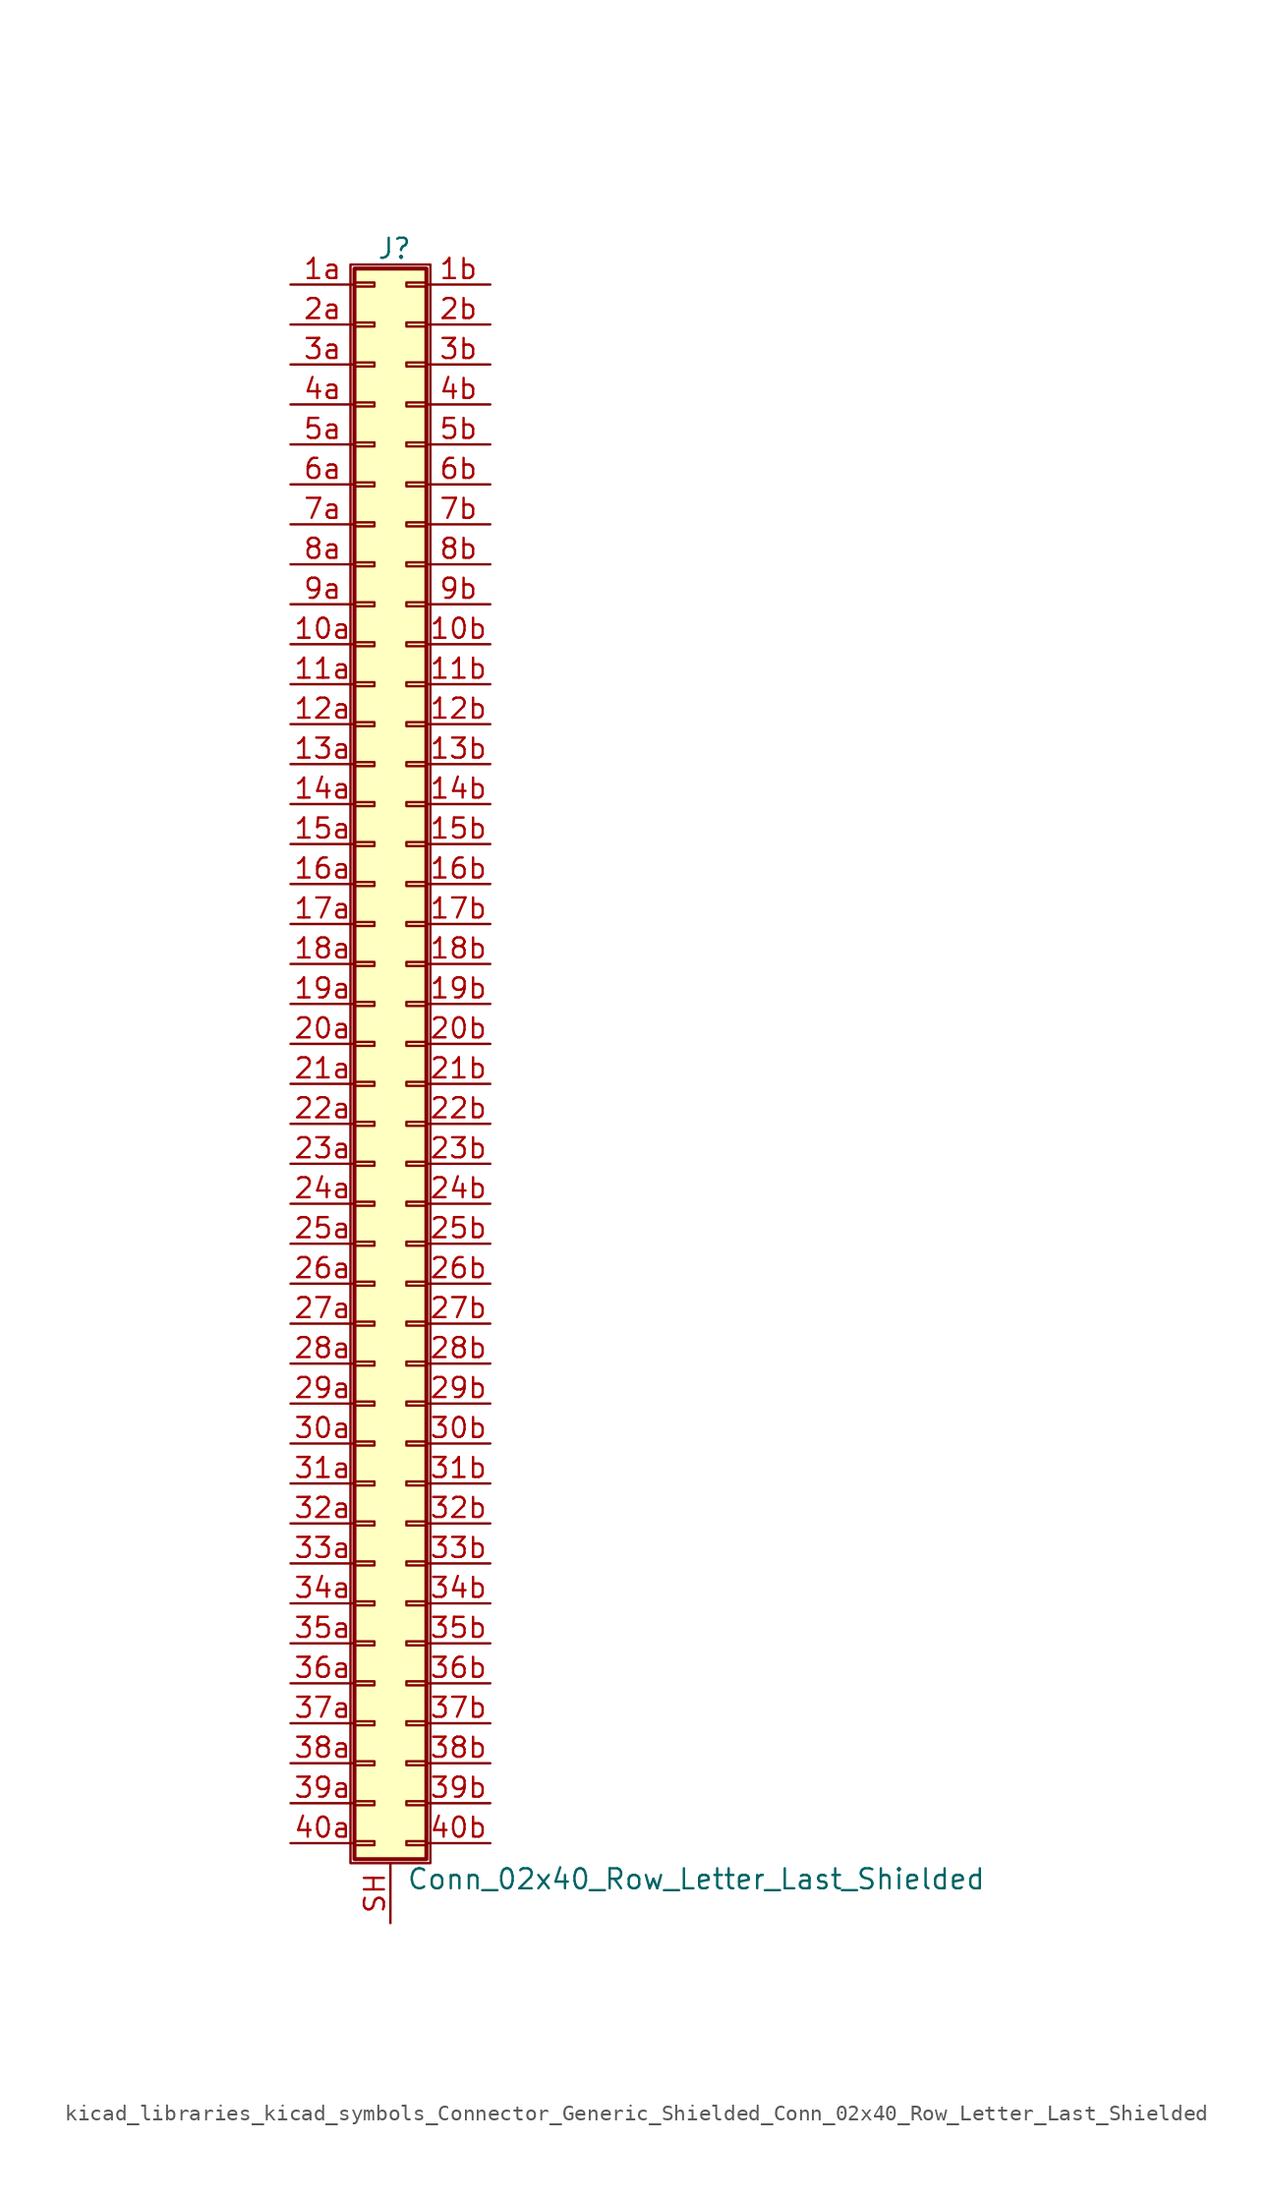
<source format=kicad_sym>
(kicad_symbol_lib
  (version 20220914)
  (generator kicad_symbol_editor)
  (symbol "kicad_libraries_kicad_symbols_Connector_Generic_Shielded_Conn_02x40_Row_Letter_Last_Shielded"
    (pin_names
      (offset 1.016) hide)
    (property "Reference" "J"
      (at 1.524 50.546 0)
      (effects (font (size 1.27 1.27))))
    (property "Value" "Conn_02x40_Row_Letter_Last_Shielded"
      (at 2.286 -53.086 0)
      (effects (font (size 1.27 1.27)) (justify left)))
    (symbol "kicad_libraries_kicad_symbols_Connector_Generic_Shielded_Conn_02x40_Row_Letter_Last_Shielded_1_1"
      (rectangle (start -1.27 49.53) (end 3.81 -52.07) (stroke (width 0.152) (type default)) (fill (type none)))
      (rectangle (start -1.016 -50.673) (end 0.254 -50.927) (stroke (width 0.152) (type default)) (fill (type none)))
      (rectangle (start -1.016 -48.133) (end 0.254 -48.387) (stroke (width 0.152) (type default)) (fill (type none)))
      (rectangle (start -1.016 -45.593) (end 0.254 -45.847) (stroke (width 0.152) (type default)) (fill (type none)))
      (rectangle (start -1.016 -43.053) (end 0.254 -43.307) (stroke (width 0.152) (type default)) (fill (type none)))
      (rectangle (start -1.016 -40.513) (end 0.254 -40.767) (stroke (width 0.152) (type default)) (fill (type none)))
      (rectangle (start -1.016 -37.973) (end 0.254 -38.227) (stroke (width 0.152) (type default)) (fill (type none)))
      (rectangle (start -1.016 -35.433) (end 0.254 -35.687) (stroke (width 0.152) (type default)) (fill (type none)))
      (rectangle (start -1.016 -32.893) (end 0.254 -33.147) (stroke (width 0.152) (type default)) (fill (type none)))
      (rectangle (start -1.016 -30.353) (end 0.254 -30.607) (stroke (width 0.152) (type default)) (fill (type none)))
      (rectangle (start -1.016 -27.813) (end 0.254 -28.067) (stroke (width 0.152) (type default)) (fill (type none)))
      (rectangle (start -1.016 -25.273) (end 0.254 -25.527) (stroke (width 0.152) (type default)) (fill (type none)))
      (rectangle (start -1.016 -22.733) (end 0.254 -22.987) (stroke (width 0.152) (type default)) (fill (type none)))
      (rectangle (start -1.016 -20.193) (end 0.254 -20.447) (stroke (width 0.152) (type default)) (fill (type none)))
      (rectangle (start -1.016 -17.653) (end 0.254 -17.907) (stroke (width 0.152) (type default)) (fill (type none)))
      (rectangle (start -1.016 -15.113) (end 0.254 -15.367) (stroke (width 0.152) (type default)) (fill (type none)))
      (rectangle (start -1.016 -12.573) (end 0.254 -12.827) (stroke (width 0.152) (type default)) (fill (type none)))
      (rectangle (start -1.016 -10.033) (end 0.254 -10.287) (stroke (width 0.152) (type default)) (fill (type none)))
      (rectangle (start -1.016 -7.493) (end 0.254 -7.747) (stroke (width 0.152) (type default)) (fill (type none)))
      (rectangle (start -1.016 -4.953) (end 0.254 -5.207) (stroke (width 0.152) (type default)) (fill (type none)))
      (rectangle (start -1.016 -2.413) (end 0.254 -2.667) (stroke (width 0.152) (type default)) (fill (type none)))
      (rectangle (start -1.016 0.127) (end 0.254 -0.127) (stroke (width 0.152) (type default)) (fill (type none)))
      (rectangle (start -1.016 2.667) (end 0.254 2.413) (stroke (width 0.152) (type default)) (fill (type none)))
      (rectangle (start -1.016 5.207) (end 0.254 4.953) (stroke (width 0.152) (type default)) (fill (type none)))
      (rectangle (start -1.016 7.747) (end 0.254 7.493) (stroke (width 0.152) (type default)) (fill (type none)))
      (rectangle (start -1.016 10.287) (end 0.254 10.033) (stroke (width 0.152) (type default)) (fill (type none)))
      (rectangle (start -1.016 12.827) (end 0.254 12.573) (stroke (width 0.152) (type default)) (fill (type none)))
      (rectangle (start -1.016 15.367) (end 0.254 15.113) (stroke (width 0.152) (type default)) (fill (type none)))
      (rectangle (start -1.016 17.907) (end 0.254 17.653) (stroke (width 0.152) (type default)) (fill (type none)))
      (rectangle (start -1.016 20.447) (end 0.254 20.193) (stroke (width 0.152) (type default)) (fill (type none)))
      (rectangle (start -1.016 22.987) (end 0.254 22.733) (stroke (width 0.152) (type default)) (fill (type none)))
      (rectangle (start -1.016 25.527) (end 0.254 25.273) (stroke (width 0.152) (type default)) (fill (type none)))
      (rectangle (start -1.016 28.067) (end 0.254 27.813) (stroke (width 0.152) (type default)) (fill (type none)))
      (rectangle (start -1.016 30.607) (end 0.254 30.353) (stroke (width 0.152) (type default)) (fill (type none)))
      (rectangle (start -1.016 33.147) (end 0.254 32.893) (stroke (width 0.152) (type default)) (fill (type none)))
      (rectangle (start -1.016 35.687) (end 0.254 35.433) (stroke (width 0.152) (type default)) (fill (type none)))
      (rectangle (start -1.016 38.227) (end 0.254 37.973) (stroke (width 0.152) (type default)) (fill (type none)))
      (rectangle (start -1.016 40.767) (end 0.254 40.513) (stroke (width 0.152) (type default)) (fill (type none)))
      (rectangle (start -1.016 43.307) (end 0.254 43.053) (stroke (width 0.152) (type default)) (fill (type none)))
      (rectangle (start -1.016 45.847) (end 0.254 45.593) (stroke (width 0.152) (type default)) (fill (type none)))
      (rectangle (start -1.016 48.387) (end 0.254 48.133) (stroke (width 0.152) (type default)) (fill (type none)))
      (rectangle (start -1.016 49.276) (end 3.556 -51.816) (stroke (width 0.254) (type default)) (fill (type background)))
      (rectangle (start 3.556 -50.673) (end 2.286 -50.927) (stroke (width 0.152) (type default)) (fill (type none)))
      (rectangle (start 3.556 -48.133) (end 2.286 -48.387) (stroke (width 0.152) (type default)) (fill (type none)))
      (rectangle (start 3.556 -45.593) (end 2.286 -45.847) (stroke (width 0.152) (type default)) (fill (type none)))
      (rectangle (start 3.556 -43.053) (end 2.286 -43.307) (stroke (width 0.152) (type default)) (fill (type none)))
      (rectangle (start 3.556 -40.513) (end 2.286 -40.767) (stroke (width 0.152) (type default)) (fill (type none)))
      (rectangle (start 3.556 -37.973) (end 2.286 -38.227) (stroke (width 0.152) (type default)) (fill (type none)))
      (rectangle (start 3.556 -35.433) (end 2.286 -35.687) (stroke (width 0.152) (type default)) (fill (type none)))
      (rectangle (start 3.556 -32.893) (end 2.286 -33.147) (stroke (width 0.152) (type default)) (fill (type none)))
      (rectangle (start 3.556 -30.353) (end 2.286 -30.607) (stroke (width 0.152) (type default)) (fill (type none)))
      (rectangle (start 3.556 -27.813) (end 2.286 -28.067) (stroke (width 0.152) (type default)) (fill (type none)))
      (rectangle (start 3.556 -25.273) (end 2.286 -25.527) (stroke (width 0.152) (type default)) (fill (type none)))
      (rectangle (start 3.556 -22.733) (end 2.286 -22.987) (stroke (width 0.152) (type default)) (fill (type none)))
      (rectangle (start 3.556 -20.193) (end 2.286 -20.447) (stroke (width 0.152) (type default)) (fill (type none)))
      (rectangle (start 3.556 -17.653) (end 2.286 -17.907) (stroke (width 0.152) (type default)) (fill (type none)))
      (rectangle (start 3.556 -15.113) (end 2.286 -15.367) (stroke (width 0.152) (type default)) (fill (type none)))
      (rectangle (start 3.556 -12.573) (end 2.286 -12.827) (stroke (width 0.152) (type default)) (fill (type none)))
      (rectangle (start 3.556 -10.033) (end 2.286 -10.287) (stroke (width 0.152) (type default)) (fill (type none)))
      (rectangle (start 3.556 -7.493) (end 2.286 -7.747) (stroke (width 0.152) (type default)) (fill (type none)))
      (rectangle (start 3.556 -4.953) (end 2.286 -5.207) (stroke (width 0.152) (type default)) (fill (type none)))
      (rectangle (start 3.556 -2.413) (end 2.286 -2.667) (stroke (width 0.152) (type default)) (fill (type none)))
      (rectangle (start 3.556 0.127) (end 2.286 -0.127) (stroke (width 0.152) (type default)) (fill (type none)))
      (rectangle (start 3.556 2.667) (end 2.286 2.413) (stroke (width 0.152) (type default)) (fill (type none)))
      (rectangle (start 3.556 5.207) (end 2.286 4.953) (stroke (width 0.152) (type default)) (fill (type none)))
      (rectangle (start 3.556 7.747) (end 2.286 7.493) (stroke (width 0.152) (type default)) (fill (type none)))
      (rectangle (start 3.556 10.287) (end 2.286 10.033) (stroke (width 0.152) (type default)) (fill (type none)))
      (rectangle (start 3.556 12.827) (end 2.286 12.573) (stroke (width 0.152) (type default)) (fill (type none)))
      (rectangle (start 3.556 15.367) (end 2.286 15.113) (stroke (width 0.152) (type default)) (fill (type none)))
      (rectangle (start 3.556 17.907) (end 2.286 17.653) (stroke (width 0.152) (type default)) (fill (type none)))
      (rectangle (start 3.556 20.447) (end 2.286 20.193) (stroke (width 0.152) (type default)) (fill (type none)))
      (rectangle (start 3.556 22.987) (end 2.286 22.733) (stroke (width 0.152) (type default)) (fill (type none)))
      (rectangle (start 3.556 25.527) (end 2.286 25.273) (stroke (width 0.152) (type default)) (fill (type none)))
      (rectangle (start 3.556 28.067) (end 2.286 27.813) (stroke (width 0.152) (type default)) (fill (type none)))
      (rectangle (start 3.556 30.607) (end 2.286 30.353) (stroke (width 0.152) (type default)) (fill (type none)))
      (rectangle (start 3.556 33.147) (end 2.286 32.893) (stroke (width 0.152) (type default)) (fill (type none)))
      (rectangle (start 3.556 35.687) (end 2.286 35.433) (stroke (width 0.152) (type default)) (fill (type none)))
      (rectangle (start 3.556 38.227) (end 2.286 37.973) (stroke (width 0.152) (type default)) (fill (type none)))
      (rectangle (start 3.556 40.767) (end 2.286 40.513) (stroke (width 0.152) (type default)) (fill (type none)))
      (rectangle (start 3.556 43.307) (end 2.286 43.053) (stroke (width 0.152) (type default)) (fill (type none)))
      (rectangle (start 3.556 45.847) (end 2.286 45.593) (stroke (width 0.152) (type default)) (fill (type none)))
      (rectangle (start 3.556 48.387) (end 2.286 48.133) (stroke (width 0.152) (type default)) (fill (type none)))
      (pin passive line (at -5.08 25.4 0) (length 4.064) (name "Pin_10a" (effects (font (size 1.27 1.27)))) (number "10a" (effects (font (size 1.27 1.27)))))
      (pin passive line (at 7.62 25.4 180) (length 4.064) (name "Pin_10b" (effects (font (size 1.27 1.27)))) (number "10b" (effects (font (size 1.27 1.27)))))
      (pin passive line (at -5.08 22.86 0) (length 4.064) (name "Pin_11a" (effects (font (size 1.27 1.27)))) (number "11a" (effects (font (size 1.27 1.27)))))
      (pin passive line (at 7.62 22.86 180) (length 4.064) (name "Pin_11b" (effects (font (size 1.27 1.27)))) (number "11b" (effects (font (size 1.27 1.27)))))
      (pin passive line (at -5.08 20.32 0) (length 4.064) (name "Pin_12a" (effects (font (size 1.27 1.27)))) (number "12a" (effects (font (size 1.27 1.27)))))
      (pin passive line (at 7.62 20.32 180) (length 4.064) (name "Pin_12b" (effects (font (size 1.27 1.27)))) (number "12b" (effects (font (size 1.27 1.27)))))
      (pin passive line (at -5.08 17.78 0) (length 4.064) (name "Pin_13a" (effects (font (size 1.27 1.27)))) (number "13a" (effects (font (size 1.27 1.27)))))
      (pin passive line (at 7.62 17.78 180) (length 4.064) (name "Pin_13b" (effects (font (size 1.27 1.27)))) (number "13b" (effects (font (size 1.27 1.27)))))
      (pin passive line (at -5.08 15.24 0) (length 4.064) (name "Pin_14a" (effects (font (size 1.27 1.27)))) (number "14a" (effects (font (size 1.27 1.27)))))
      (pin passive line (at 7.62 15.24 180) (length 4.064) (name "Pin_14b" (effects (font (size 1.27 1.27)))) (number "14b" (effects (font (size 1.27 1.27)))))
      (pin passive line (at -5.08 12.7 0) (length 4.064) (name "Pin_15a" (effects (font (size 1.27 1.27)))) (number "15a" (effects (font (size 1.27 1.27)))))
      (pin passive line (at 7.62 12.7 180) (length 4.064) (name "Pin_15b" (effects (font (size 1.27 1.27)))) (number "15b" (effects (font (size 1.27 1.27)))))
      (pin passive line (at -5.08 10.16 0) (length 4.064) (name "Pin_16a" (effects (font (size 1.27 1.27)))) (number "16a" (effects (font (size 1.27 1.27)))))
      (pin passive line (at 7.62 10.16 180) (length 4.064) (name "Pin_16b" (effects (font (size 1.27 1.27)))) (number "16b" (effects (font (size 1.27 1.27)))))
      (pin passive line (at -5.08 7.62 0) (length 4.064) (name "Pin_17a" (effects (font (size 1.27 1.27)))) (number "17a" (effects (font (size 1.27 1.27)))))
      (pin passive line (at 7.62 7.62 180) (length 4.064) (name "Pin_17b" (effects (font (size 1.27 1.27)))) (number "17b" (effects (font (size 1.27 1.27)))))
      (pin passive line (at -5.08 5.08 0) (length 4.064) (name "Pin_18a" (effects (font (size 1.27 1.27)))) (number "18a" (effects (font (size 1.27 1.27)))))
      (pin passive line (at 7.62 5.08 180) (length 4.064) (name "Pin_18b" (effects (font (size 1.27 1.27)))) (number "18b" (effects (font (size 1.27 1.27)))))
      (pin passive line (at -5.08 2.54 0) (length 4.064) (name "Pin_19a" (effects (font (size 1.27 1.27)))) (number "19a" (effects (font (size 1.27 1.27)))))
      (pin passive line (at 7.62 2.54 180) (length 4.064) (name "Pin_19b" (effects (font (size 1.27 1.27)))) (number "19b" (effects (font (size 1.27 1.27)))))
      (pin passive line (at -5.08 48.26 0) (length 4.064) (name "Pin_1a" (effects (font (size 1.27 1.27)))) (number "1a" (effects (font (size 1.27 1.27)))))
      (pin passive line (at 7.62 48.26 180) (length 4.064) (name "Pin_1b" (effects (font (size 1.27 1.27)))) (number "1b" (effects (font (size 1.27 1.27)))))
      (pin passive line (at -5.08 0 0) (length 4.064) (name "Pin_20a" (effects (font (size 1.27 1.27)))) (number "20a" (effects (font (size 1.27 1.27)))))
      (pin passive line (at 7.62 0 180) (length 4.064) (name "Pin_20b" (effects (font (size 1.27 1.27)))) (number "20b" (effects (font (size 1.27 1.27)))))
      (pin passive line (at -5.08 -2.54 0) (length 4.064) (name "Pin_21a" (effects (font (size 1.27 1.27)))) (number "21a" (effects (font (size 1.27 1.27)))))
      (pin passive line (at 7.62 -2.54 180) (length 4.064) (name "Pin_21b" (effects (font (size 1.27 1.27)))) (number "21b" (effects (font (size 1.27 1.27)))))
      (pin passive line (at -5.08 -5.08 0) (length 4.064) (name "Pin_22a" (effects (font (size 1.27 1.27)))) (number "22a" (effects (font (size 1.27 1.27)))))
      (pin passive line (at 7.62 -5.08 180) (length 4.064) (name "Pin_22b" (effects (font (size 1.27 1.27)))) (number "22b" (effects (font (size 1.27 1.27)))))
      (pin passive line (at -5.08 -7.62 0) (length 4.064) (name "Pin_23a" (effects (font (size 1.27 1.27)))) (number "23a" (effects (font (size 1.27 1.27)))))
      (pin passive line (at 7.62 -7.62 180) (length 4.064) (name "Pin_23b" (effects (font (size 1.27 1.27)))) (number "23b" (effects (font (size 1.27 1.27)))))
      (pin passive line (at -5.08 -10.16 0) (length 4.064) (name "Pin_24a" (effects (font (size 1.27 1.27)))) (number "24a" (effects (font (size 1.27 1.27)))))
      (pin passive line (at 7.62 -10.16 180) (length 4.064) (name "Pin_24b" (effects (font (size 1.27 1.27)))) (number "24b" (effects (font (size 1.27 1.27)))))
      (pin passive line (at -5.08 -12.7 0) (length 4.064) (name "Pin_25a" (effects (font (size 1.27 1.27)))) (number "25a" (effects (font (size 1.27 1.27)))))
      (pin passive line (at 7.62 -12.7 180) (length 4.064) (name "Pin_25b" (effects (font (size 1.27 1.27)))) (number "25b" (effects (font (size 1.27 1.27)))))
      (pin passive line (at -5.08 -15.24 0) (length 4.064) (name "Pin_26a" (effects (font (size 1.27 1.27)))) (number "26a" (effects (font (size 1.27 1.27)))))
      (pin passive line (at 7.62 -15.24 180) (length 4.064) (name "Pin_26b" (effects (font (size 1.27 1.27)))) (number "26b" (effects (font (size 1.27 1.27)))))
      (pin passive line (at -5.08 -17.78 0) (length 4.064) (name "Pin_27a" (effects (font (size 1.27 1.27)))) (number "27a" (effects (font (size 1.27 1.27)))))
      (pin passive line (at 7.62 -17.78 180) (length 4.064) (name "Pin_27b" (effects (font (size 1.27 1.27)))) (number "27b" (effects (font (size 1.27 1.27)))))
      (pin passive line (at -5.08 -20.32 0) (length 4.064) (name "Pin_28a" (effects (font (size 1.27 1.27)))) (number "28a" (effects (font (size 1.27 1.27)))))
      (pin passive line (at 7.62 -20.32 180) (length 4.064) (name "Pin_28b" (effects (font (size 1.27 1.27)))) (number "28b" (effects (font (size 1.27 1.27)))))
      (pin passive line (at -5.08 -22.86 0) (length 4.064) (name "Pin_29a" (effects (font (size 1.27 1.27)))) (number "29a" (effects (font (size 1.27 1.27)))))
      (pin passive line (at 7.62 -22.86 180) (length 4.064) (name "Pin_29b" (effects (font (size 1.27 1.27)))) (number "29b" (effects (font (size 1.27 1.27)))))
      (pin passive line (at -5.08 45.72 0) (length 4.064) (name "Pin_2a" (effects (font (size 1.27 1.27)))) (number "2a" (effects (font (size 1.27 1.27)))))
      (pin passive line (at 7.62 45.72 180) (length 4.064) (name "Pin_2b" (effects (font (size 1.27 1.27)))) (number "2b" (effects (font (size 1.27 1.27)))))
      (pin passive line (at -5.08 -25.4 0) (length 4.064) (name "Pin_30a" (effects (font (size 1.27 1.27)))) (number "30a" (effects (font (size 1.27 1.27)))))
      (pin passive line (at 7.62 -25.4 180) (length 4.064) (name "Pin_30b" (effects (font (size 1.27 1.27)))) (number "30b" (effects (font (size 1.27 1.27)))))
      (pin passive line (at -5.08 -27.94 0) (length 4.064) (name "Pin_31a" (effects (font (size 1.27 1.27)))) (number "31a" (effects (font (size 1.27 1.27)))))
      (pin passive line (at 7.62 -27.94 180) (length 4.064) (name "Pin_31b" (effects (font (size 1.27 1.27)))) (number "31b" (effects (font (size 1.27 1.27)))))
      (pin passive line (at -5.08 -30.48 0) (length 4.064) (name "Pin_32a" (effects (font (size 1.27 1.27)))) (number "32a" (effects (font (size 1.27 1.27)))))
      (pin passive line (at 7.62 -30.48 180) (length 4.064) (name "Pin_32b" (effects (font (size 1.27 1.27)))) (number "32b" (effects (font (size 1.27 1.27)))))
      (pin passive line (at -5.08 -33.02 0) (length 4.064) (name "Pin_33a" (effects (font (size 1.27 1.27)))) (number "33a" (effects (font (size 1.27 1.27)))))
      (pin passive line (at 7.62 -33.02 180) (length 4.064) (name "Pin_33b" (effects (font (size 1.27 1.27)))) (number "33b" (effects (font (size 1.27 1.27)))))
      (pin passive line (at -5.08 -35.56 0) (length 4.064) (name "Pin_34a" (effects (font (size 1.27 1.27)))) (number "34a" (effects (font (size 1.27 1.27)))))
      (pin passive line (at 7.62 -35.56 180) (length 4.064) (name "Pin_34b" (effects (font (size 1.27 1.27)))) (number "34b" (effects (font (size 1.27 1.27)))))
      (pin passive line (at -5.08 -38.1 0) (length 4.064) (name "Pin_35a" (effects (font (size 1.27 1.27)))) (number "35a" (effects (font (size 1.27 1.27)))))
      (pin passive line (at 7.62 -38.1 180) (length 4.064) (name "Pin_35b" (effects (font (size 1.27 1.27)))) (number "35b" (effects (font (size 1.27 1.27)))))
      (pin passive line (at -5.08 -40.64 0) (length 4.064) (name "Pin_36a" (effects (font (size 1.27 1.27)))) (number "36a" (effects (font (size 1.27 1.27)))))
      (pin passive line (at 7.62 -40.64 180) (length 4.064) (name "Pin_36b" (effects (font (size 1.27 1.27)))) (number "36b" (effects (font (size 1.27 1.27)))))
      (pin passive line (at -5.08 -43.18 0) (length 4.064) (name "Pin_37a" (effects (font (size 1.27 1.27)))) (number "37a" (effects (font (size 1.27 1.27)))))
      (pin passive line (at 7.62 -43.18 180) (length 4.064) (name "Pin_37b" (effects (font (size 1.27 1.27)))) (number "37b" (effects (font (size 1.27 1.27)))))
      (pin passive line (at -5.08 -45.72 0) (length 4.064) (name "Pin_38a" (effects (font (size 1.27 1.27)))) (number "38a" (effects (font (size 1.27 1.27)))))
      (pin passive line (at 7.62 -45.72 180) (length 4.064) (name "Pin_38b" (effects (font (size 1.27 1.27)))) (number "38b" (effects (font (size 1.27 1.27)))))
      (pin passive line (at -5.08 -48.26 0) (length 4.064) (name "Pin_39a" (effects (font (size 1.27 1.27)))) (number "39a" (effects (font (size 1.27 1.27)))))
      (pin passive line (at 7.62 -48.26 180) (length 4.064) (name "Pin_39b" (effects (font (size 1.27 1.27)))) (number "39b" (effects (font (size 1.27 1.27)))))
      (pin passive line (at -5.08 43.18 0) (length 4.064) (name "Pin_3a" (effects (font (size 1.27 1.27)))) (number "3a" (effects (font (size 1.27 1.27)))))
      (pin passive line (at 7.62 43.18 180) (length 4.064) (name "Pin_3b" (effects (font (size 1.27 1.27)))) (number "3b" (effects (font (size 1.27 1.27)))))
      (pin passive line (at -5.08 -50.8 0) (length 4.064) (name "Pin_40a" (effects (font (size 1.27 1.27)))) (number "40a" (effects (font (size 1.27 1.27)))))
      (pin passive line (at 7.62 -50.8 180) (length 4.064) (name "Pin_40b" (effects (font (size 1.27 1.27)))) (number "40b" (effects (font (size 1.27 1.27)))))
      (pin passive line (at -5.08 40.64 0) (length 4.064) (name "Pin_4a" (effects (font (size 1.27 1.27)))) (number "4a" (effects (font (size 1.27 1.27)))))
      (pin passive line (at 7.62 40.64 180) (length 4.064) (name "Pin_4b" (effects (font (size 1.27 1.27)))) (number "4b" (effects (font (size 1.27 1.27)))))
      (pin passive line (at -5.08 38.1 0) (length 4.064) (name "Pin_5a" (effects (font (size 1.27 1.27)))) (number "5a" (effects (font (size 1.27 1.27)))))
      (pin passive line (at 7.62 38.1 180) (length 4.064) (name "Pin_5b" (effects (font (size 1.27 1.27)))) (number "5b" (effects (font (size 1.27 1.27)))))
      (pin passive line (at -5.08 35.56 0) (length 4.064) (name "Pin_6a" (effects (font (size 1.27 1.27)))) (number "6a" (effects (font (size 1.27 1.27)))))
      (pin passive line (at 7.62 35.56 180) (length 4.064) (name "Pin_6b" (effects (font (size 1.27 1.27)))) (number "6b" (effects (font (size 1.27 1.27)))))
      (pin passive line (at -5.08 33.02 0) (length 4.064) (name "Pin_7a" (effects (font (size 1.27 1.27)))) (number "7a" (effects (font (size 1.27 1.27)))))
      (pin passive line (at 7.62 33.02 180) (length 4.064) (name "Pin_7b" (effects (font (size 1.27 1.27)))) (number "7b" (effects (font (size 1.27 1.27)))))
      (pin passive line (at -5.08 30.48 0) (length 4.064) (name "Pin_8a" (effects (font (size 1.27 1.27)))) (number "8a" (effects (font (size 1.27 1.27)))))
      (pin passive line (at 7.62 30.48 180) (length 4.064) (name "Pin_8b" (effects (font (size 1.27 1.27)))) (number "8b" (effects (font (size 1.27 1.27)))))
      (pin passive line (at -5.08 27.94 0) (length 4.064) (name "Pin_9a" (effects (font (size 1.27 1.27)))) (number "9a" (effects (font (size 1.27 1.27)))))
      (pin passive line (at 7.62 27.94 180) (length 4.064) (name "Pin_9b" (effects (font (size 1.27 1.27)))) (number "9b" (effects (font (size 1.27 1.27)))))
      (pin passive line (at 1.27 -55.88 90) (length 3.81) (name "Shield" (effects (font (size 1.27 1.27)))) (number "SH" (effects (font (size 1.27 1.27))))))))
</source>
